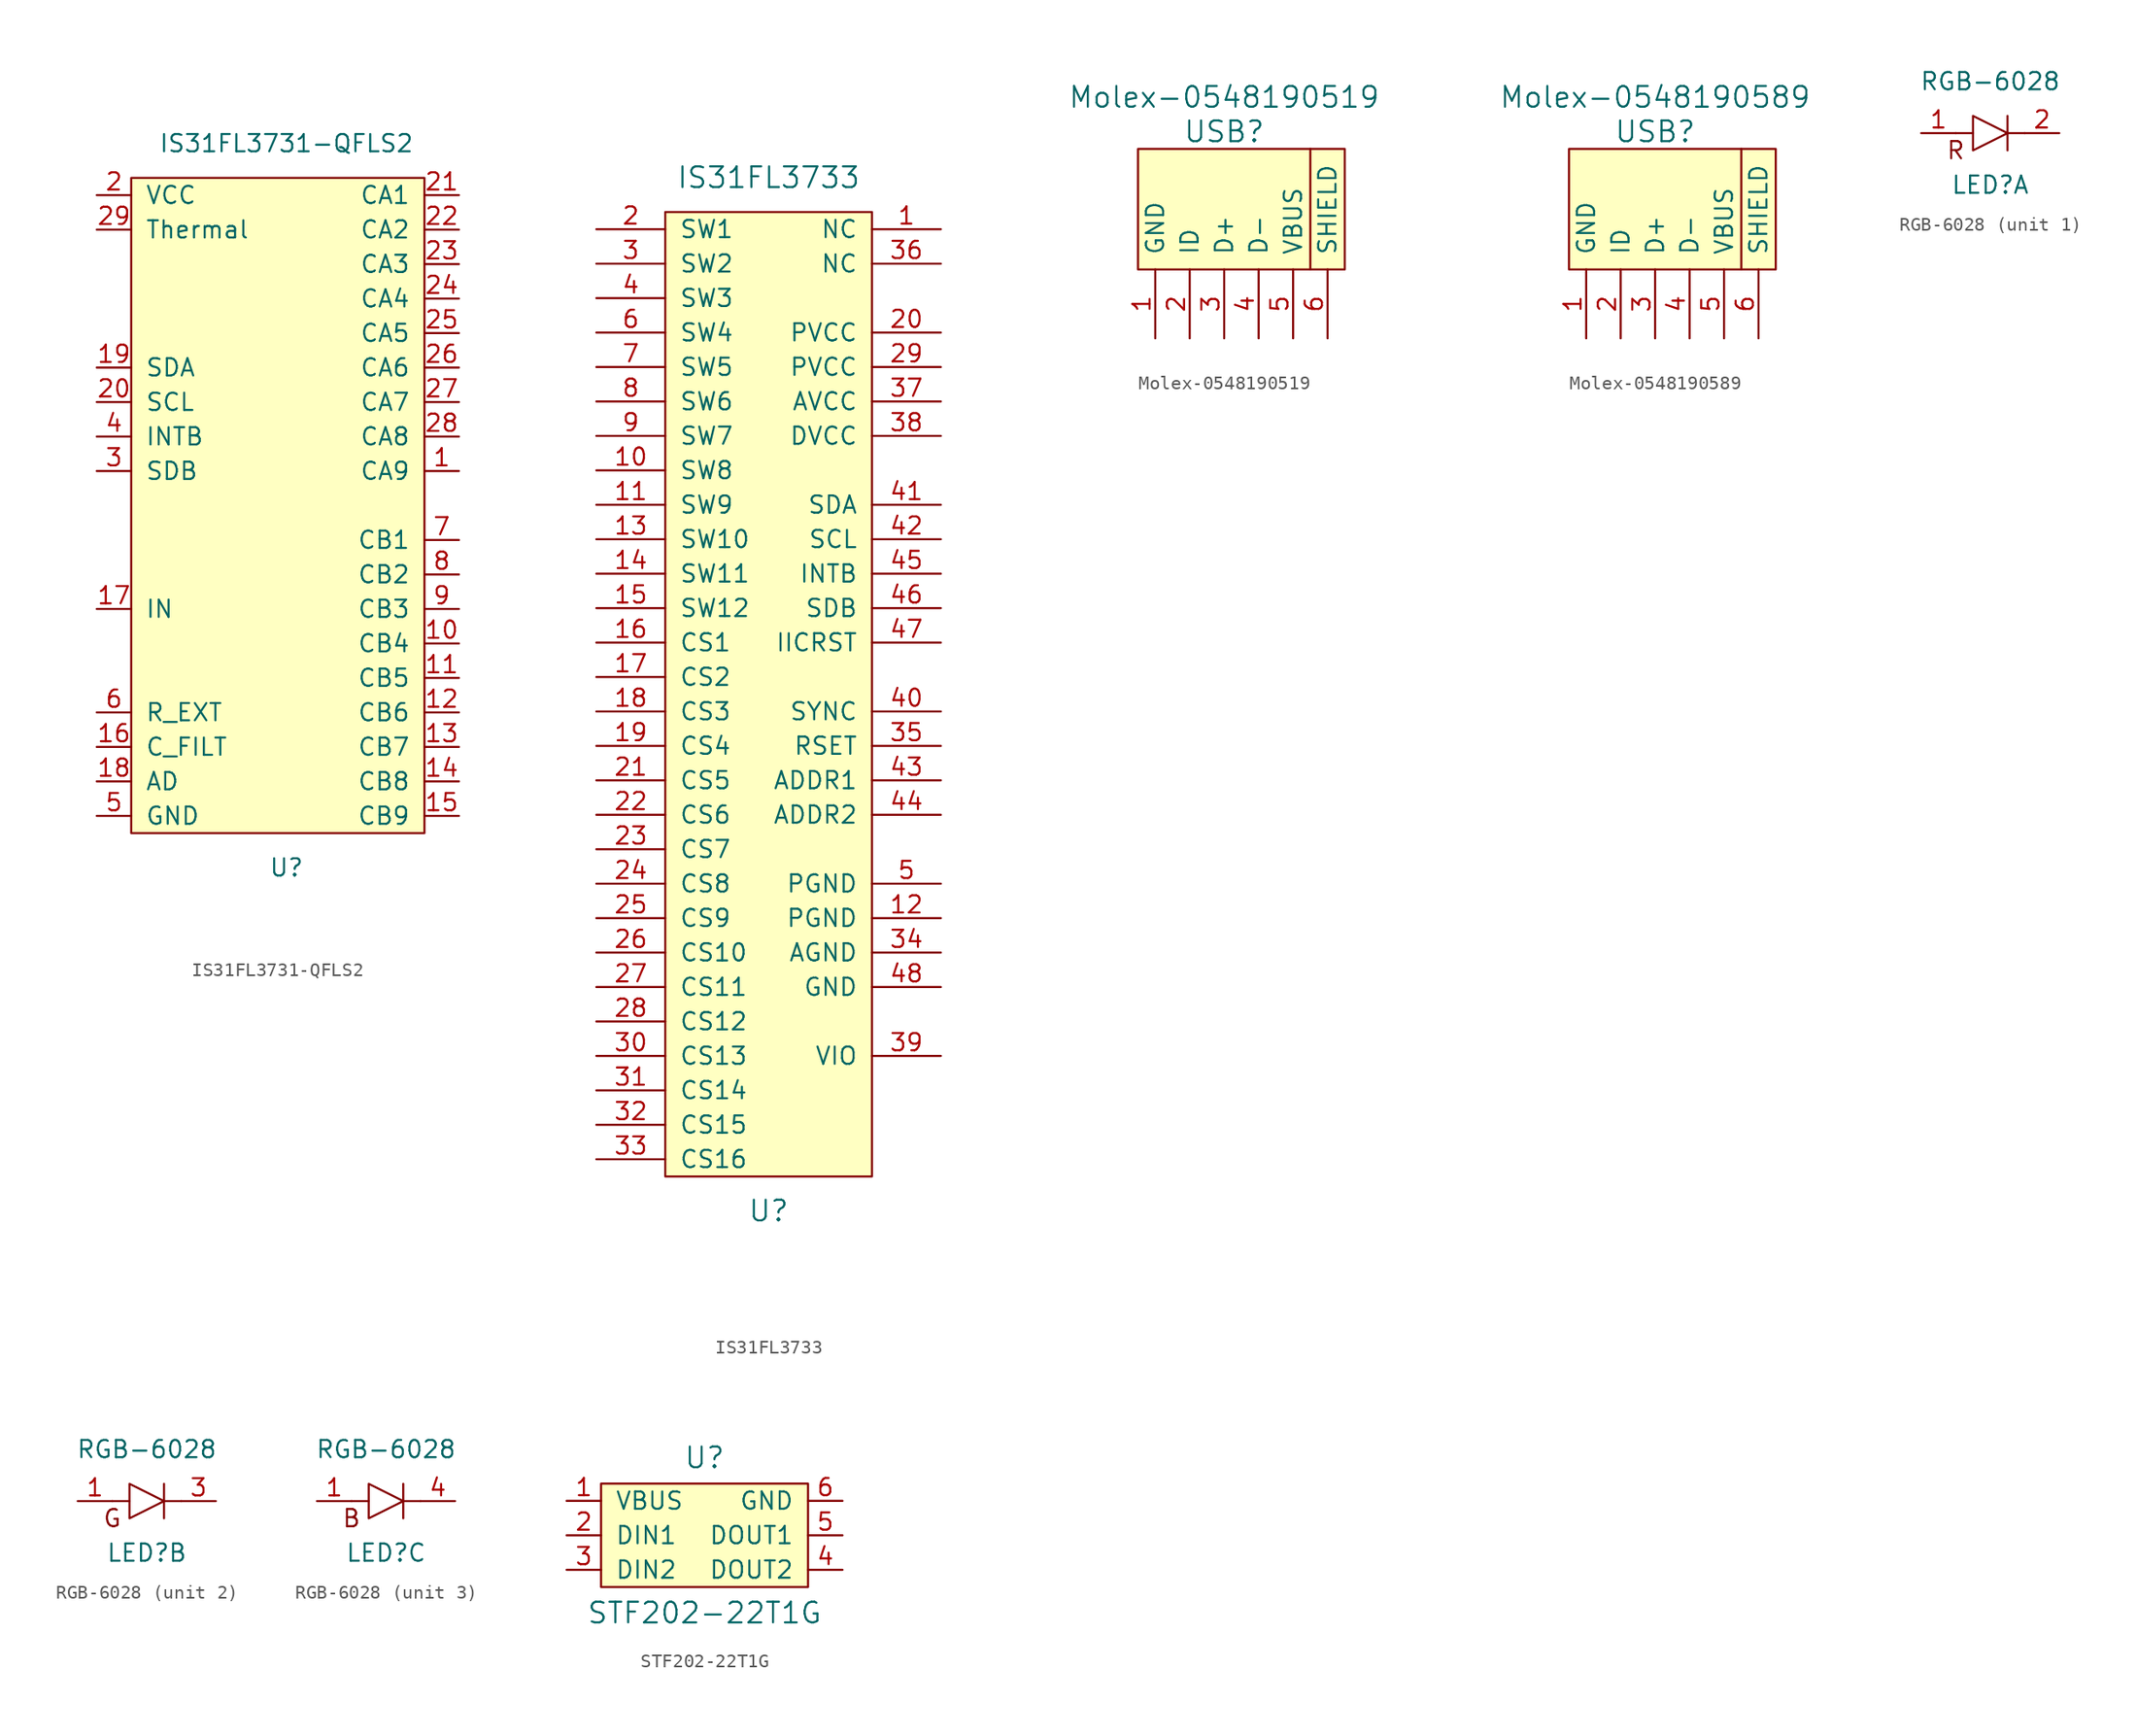
<source format=kicad_sym>
(kicad_symbol_lib
  (version 20231120)
  (generator "kicad_symbol_editor")
  (generator_version "8.0")
  (symbol "IS31FL3731-QFLS2"
    (pin_names
      (offset 1.016))
    (property "Reference" "U"
      (at 0 -26.67 0)
      (effects (font (size 1.27 1.27))))
    (property "Value" "IS31FL3731-QFLS2"
      (at 0 26.67 0)
      (effects (font (size 1.27 1.27))))
    (symbol "IS31FL3731-QFLS2_1_1"
      (rectangle (start 10.16 24.13) (end -11.43 -24.13) (stroke (width 0) (type solid)) (fill (type background)))
      (pin input line (at 12.7 2.54 180) (length 2.54) (name "CA9" (effects (font (size 1.27 1.27)))) (number "1" (effects (font (size 1.27 1.27)))))
      (pin input line (at 12.7 -10.16 180) (length 2.54) (name "CB4" (effects (font (size 1.27 1.27)))) (number "10" (effects (font (size 1.27 1.27)))))
      (pin input line (at 12.7 -12.7 180) (length 2.54) (name "CB5" (effects (font (size 1.27 1.27)))) (number "11" (effects (font (size 1.27 1.27)))))
      (pin input line (at 12.7 -15.24 180) (length 2.54) (name "CB6" (effects (font (size 1.27 1.27)))) (number "12" (effects (font (size 1.27 1.27)))))
      (pin input line (at 12.7 -17.78 180) (length 2.54) (name "CB7" (effects (font (size 1.27 1.27)))) (number "13" (effects (font (size 1.27 1.27)))))
      (pin input line (at 12.7 -20.32 180) (length 2.54) (name "CB8" (effects (font (size 1.27 1.27)))) (number "14" (effects (font (size 1.27 1.27)))))
      (pin input line (at 12.7 -22.86 180) (length 2.54) (name "CB9" (effects (font (size 1.27 1.27)))) (number "15" (effects (font (size 1.27 1.27)))))
      (pin input line (at -13.97 -17.78 0) (length 2.54) (name "C_FILT" (effects (font (size 1.27 1.27)))) (number "16" (effects (font (size 1.27 1.27)))))
      (pin input line (at -13.97 -7.62 0) (length 2.54) (name "IN" (effects (font (size 1.27 1.27)))) (number "17" (effects (font (size 1.27 1.27)))))
      (pin input line (at -13.97 -20.32 0) (length 2.54) (name "AD" (effects (font (size 1.27 1.27)))) (number "18" (effects (font (size 1.27 1.27)))))
      (pin input line (at -13.97 10.16 0) (length 2.54) (name "SDA" (effects (font (size 1.27 1.27)))) (number "19" (effects (font (size 1.27 1.27)))))
      (pin input line (at -13.97 22.86 0) (length 2.54) (name "VCC" (effects (font (size 1.27 1.27)))) (number "2" (effects (font (size 1.27 1.27)))))
      (pin input line (at -13.97 7.62 0) (length 2.54) (name "SCL" (effects (font (size 1.27 1.27)))) (number "20" (effects (font (size 1.27 1.27)))))
      (pin input line (at 12.7 22.86 180) (length 2.54) (name "CA1" (effects (font (size 1.27 1.27)))) (number "21" (effects (font (size 1.27 1.27)))))
      (pin input line (at 12.7 20.32 180) (length 2.54) (name "CA2" (effects (font (size 1.27 1.27)))) (number "22" (effects (font (size 1.27 1.27)))))
      (pin input line (at 12.7 17.78 180) (length 2.54) (name "CA3" (effects (font (size 1.27 1.27)))) (number "23" (effects (font (size 1.27 1.27)))))
      (pin input line (at 12.7 15.24 180) (length 2.54) (name "CA4" (effects (font (size 1.27 1.27)))) (number "24" (effects (font (size 1.27 1.27)))))
      (pin input line (at 12.7 12.7 180) (length 2.54) (name "CA5" (effects (font (size 1.27 1.27)))) (number "25" (effects (font (size 1.27 1.27)))))
      (pin input line (at 12.7 10.16 180) (length 2.54) (name "CA6" (effects (font (size 1.27 1.27)))) (number "26" (effects (font (size 1.27 1.27)))))
      (pin input line (at 12.7 7.62 180) (length 2.54) (name "CA7" (effects (font (size 1.27 1.27)))) (number "27" (effects (font (size 1.27 1.27)))))
      (pin input line (at 12.7 5.08 180) (length 2.54) (name "CA8" (effects (font (size 1.27 1.27)))) (number "28" (effects (font (size 1.27 1.27)))))
      (pin input line (at -13.97 20.32 0) (length 2.54) (name "Thermal" (effects (font (size 1.27 1.27)))) (number "29" (effects (font (size 1.27 1.27)))))
      (pin input line (at -13.97 2.54 0) (length 2.54) (name "SDB" (effects (font (size 1.27 1.27)))) (number "3" (effects (font (size 1.27 1.27)))))
      (pin input line (at -13.97 5.08 0) (length 2.54) (name "INTB" (effects (font (size 1.27 1.27)))) (number "4" (effects (font (size 1.27 1.27)))))
      (pin input line (at -13.97 -22.86 0) (length 2.54) (name "GND" (effects (font (size 1.27 1.27)))) (number "5" (effects (font (size 1.27 1.27)))))
      (pin input line (at -13.97 -15.24 0) (length 2.54) (name "R_EXT" (effects (font (size 1.27 1.27)))) (number "6" (effects (font (size 1.27 1.27)))))
      (pin input line (at 12.7 -2.54 180) (length 2.54) (name "CB1" (effects (font (size 1.27 1.27)))) (number "7" (effects (font (size 1.27 1.27)))))
      (pin input line (at 12.7 -5.08 180) (length 2.54) (name "CB2" (effects (font (size 1.27 1.27)))) (number "8" (effects (font (size 1.27 1.27)))))
      (pin input line (at 12.7 -7.62 180) (length 2.54) (name "CB3" (effects (font (size 1.27 1.27)))) (number "9" (effects (font (size 1.27 1.27)))))))
  (symbol "IS31FL3733"
    (pin_names
      (offset 1.016))
    (property "Reference" "U"
      (at 0 -41.91 0)
      (effects (font (size 1.524 1.524))))
    (property "Value" "IS31FL3733"
      (at 0 34.29 0)
      (effects (font (size 1.524 1.524))))
    (symbol "IS31FL3733_0_1"
      (rectangle (start -7.62 31.75) (end 7.62 -39.37) (stroke (width 0) (type solid)) (fill (type background))))
    (symbol "IS31FL3733_1_1"
      (pin input line (at 12.7 30.48 180) (length 5.08) (name "NC" (effects (font (size 1.27 1.27)))) (number "1" (effects (font (size 1.27 1.27)))))
      (pin input line (at -12.7 12.7 0) (length 5.08) (name "SW8" (effects (font (size 1.27 1.27)))) (number "10" (effects (font (size 1.27 1.27)))))
      (pin input line (at -12.7 10.16 0) (length 5.08) (name "SW9" (effects (font (size 1.27 1.27)))) (number "11" (effects (font (size 1.27 1.27)))))
      (pin input line (at 12.7 -20.32 180) (length 5.08) (name "PGND" (effects (font (size 1.27 1.27)))) (number "12" (effects (font (size 1.27 1.27)))))
      (pin input line (at -12.7 7.62 0) (length 5.08) (name "SW10" (effects (font (size 1.27 1.27)))) (number "13" (effects (font (size 1.27 1.27)))))
      (pin input line (at -12.7 5.08 0) (length 5.08) (name "SW11" (effects (font (size 1.27 1.27)))) (number "14" (effects (font (size 1.27 1.27)))))
      (pin input line (at -12.7 2.54 0) (length 5.08) (name "SW12" (effects (font (size 1.27 1.27)))) (number "15" (effects (font (size 1.27 1.27)))))
      (pin input line (at -12.7 0 0) (length 5.08) (name "CS1" (effects (font (size 1.27 1.27)))) (number "16" (effects (font (size 1.27 1.27)))))
      (pin input line (at -12.7 -2.54 0) (length 5.08) (name "CS2" (effects (font (size 1.27 1.27)))) (number "17" (effects (font (size 1.27 1.27)))))
      (pin input line (at -12.7 -5.08 0) (length 5.08) (name "CS3" (effects (font (size 1.27 1.27)))) (number "18" (effects (font (size 1.27 1.27)))))
      (pin input line (at -12.7 -7.62 0) (length 5.08) (name "CS4" (effects (font (size 1.27 1.27)))) (number "19" (effects (font (size 1.27 1.27)))))
      (pin input line (at -12.7 30.48 0) (length 5.08) (name "SW1" (effects (font (size 1.27 1.27)))) (number "2" (effects (font (size 1.27 1.27)))))
      (pin input line (at 12.7 22.86 180) (length 5.08) (name "PVCC" (effects (font (size 1.27 1.27)))) (number "20" (effects (font (size 1.27 1.27)))))
      (pin input line (at -12.7 -10.16 0) (length 5.08) (name "CS5" (effects (font (size 1.27 1.27)))) (number "21" (effects (font (size 1.27 1.27)))))
      (pin input line (at -12.7 -12.7 0) (length 5.08) (name "CS6" (effects (font (size 1.27 1.27)))) (number "22" (effects (font (size 1.27 1.27)))))
      (pin input line (at -12.7 -15.24 0) (length 5.08) (name "CS7" (effects (font (size 1.27 1.27)))) (number "23" (effects (font (size 1.27 1.27)))))
      (pin input line (at -12.7 -17.78 0) (length 5.08) (name "CS8" (effects (font (size 1.27 1.27)))) (number "24" (effects (font (size 1.27 1.27)))))
      (pin input line (at -12.7 -20.32 0) (length 5.08) (name "CS9" (effects (font (size 1.27 1.27)))) (number "25" (effects (font (size 1.27 1.27)))))
      (pin input line (at -12.7 -22.86 0) (length 5.08) (name "CS10" (effects (font (size 1.27 1.27)))) (number "26" (effects (font (size 1.27 1.27)))))
      (pin input line (at -12.7 -25.4 0) (length 5.08) (name "CS11" (effects (font (size 1.27 1.27)))) (number "27" (effects (font (size 1.27 1.27)))))
      (pin input line (at -12.7 -27.94 0) (length 5.08) (name "CS12" (effects (font (size 1.27 1.27)))) (number "28" (effects (font (size 1.27 1.27)))))
      (pin input line (at 12.7 20.32 180) (length 5.08) (name "PVCC" (effects (font (size 1.27 1.27)))) (number "29" (effects (font (size 1.27 1.27)))))
      (pin input line (at -12.7 27.94 0) (length 5.08) (name "SW2" (effects (font (size 1.27 1.27)))) (number "3" (effects (font (size 1.27 1.27)))))
      (pin input line (at -12.7 -30.48 0) (length 5.08) (name "CS13" (effects (font (size 1.27 1.27)))) (number "30" (effects (font (size 1.27 1.27)))))
      (pin input line (at -12.7 -33.02 0) (length 5.08) (name "CS14" (effects (font (size 1.27 1.27)))) (number "31" (effects (font (size 1.27 1.27)))))
      (pin input line (at -12.7 -35.56 0) (length 5.08) (name "CS15" (effects (font (size 1.27 1.27)))) (number "32" (effects (font (size 1.27 1.27)))))
      (pin input line (at -12.7 -38.1 0) (length 5.08) (name "CS16" (effects (font (size 1.27 1.27)))) (number "33" (effects (font (size 1.27 1.27)))))
      (pin input line (at 12.7 -22.86 180) (length 5.08) (name "AGND" (effects (font (size 1.27 1.27)))) (number "34" (effects (font (size 1.27 1.27)))))
      (pin input line (at 12.7 -7.62 180) (length 5.08) (name "RSET" (effects (font (size 1.27 1.27)))) (number "35" (effects (font (size 1.27 1.27)))))
      (pin input line (at 12.7 27.94 180) (length 5.08) (name "NC" (effects (font (size 1.27 1.27)))) (number "36" (effects (font (size 1.27 1.27)))))
      (pin input line (at 12.7 17.78 180) (length 5.08) (name "AVCC" (effects (font (size 1.27 1.27)))) (number "37" (effects (font (size 1.27 1.27)))))
      (pin input line (at 12.7 15.24 180) (length 5.08) (name "DVCC" (effects (font (size 1.27 1.27)))) (number "38" (effects (font (size 1.27 1.27)))))
      (pin input line (at 12.7 -30.48 180) (length 5.08) (name "VIO" (effects (font (size 1.27 1.27)))) (number "39" (effects (font (size 1.27 1.27)))))
      (pin input line (at -12.7 25.4 0) (length 5.08) (name "SW3" (effects (font (size 1.27 1.27)))) (number "4" (effects (font (size 1.27 1.27)))))
      (pin input line (at 12.7 -5.08 180) (length 5.08) (name "SYNC" (effects (font (size 1.27 1.27)))) (number "40" (effects (font (size 1.27 1.27)))))
      (pin input line (at 12.7 10.16 180) (length 5.08) (name "SDA" (effects (font (size 1.27 1.27)))) (number "41" (effects (font (size 1.27 1.27)))))
      (pin input line (at 12.7 7.62 180) (length 5.08) (name "SCL" (effects (font (size 1.27 1.27)))) (number "42" (effects (font (size 1.27 1.27)))))
      (pin input line (at 12.7 -10.16 180) (length 5.08) (name "ADDR1" (effects (font (size 1.27 1.27)))) (number "43" (effects (font (size 1.27 1.27)))))
      (pin input line (at 12.7 -12.7 180) (length 5.08) (name "ADDR2" (effects (font (size 1.27 1.27)))) (number "44" (effects (font (size 1.27 1.27)))))
      (pin input line (at 12.7 5.08 180) (length 5.08) (name "INTB" (effects (font (size 1.27 1.27)))) (number "45" (effects (font (size 1.27 1.27)))))
      (pin input line (at 12.7 2.54 180) (length 5.08) (name "SDB" (effects (font (size 1.27 1.27)))) (number "46" (effects (font (size 1.27 1.27)))))
      (pin input line (at 12.7 0 180) (length 5.08) (name "IICRST" (effects (font (size 1.27 1.27)))) (number "47" (effects (font (size 1.27 1.27)))))
      (pin input line (at 12.7 -25.4 180) (length 5.08) (name "GND" (effects (font (size 1.27 1.27)))) (number "48" (effects (font (size 1.27 1.27)))))
      (pin input line (at 12.7 -17.78 180) (length 5.08) (name "PGND" (effects (font (size 1.27 1.27)))) (number "5" (effects (font (size 1.27 1.27)))))
      (pin input line (at -12.7 22.86 0) (length 5.08) (name "SW4" (effects (font (size 1.27 1.27)))) (number "6" (effects (font (size 1.27 1.27)))))
      (pin input line (at -12.7 20.32 0) (length 5.08) (name "SW5" (effects (font (size 1.27 1.27)))) (number "7" (effects (font (size 1.27 1.27)))))
      (pin input line (at -12.7 17.78 0) (length 5.08) (name "SW6" (effects (font (size 1.27 1.27)))) (number "8" (effects (font (size 1.27 1.27)))))
      (pin input line (at -12.7 15.24 0) (length 5.08) (name "SW7" (effects (font (size 1.27 1.27)))) (number "9" (effects (font (size 1.27 1.27)))))))
  (symbol "Molex-0548190519"
    (pin_names
      (offset 1.016))
    (property "Reference" "USB"
      (at 0 7.62 0)
      (effects (font (size 1.524 1.524))))
    (property "Value" "Molex-0548190519"
      (at 0 10.16 0)
      (effects (font (size 1.524 1.524))))
    (symbol "Molex-0548190519_0_0"
      (polyline (pts (xy 6.35 -2.54) (xy 6.35 6.35)) (stroke (width 0) (type solid)) (fill (type none)))
      (rectangle (start 8.89 -2.54) (end -6.35 6.35) (stroke (width 0) (type solid)) (fill (type background))))
    (symbol "Molex-0548190519_1_1"
      (pin input line (at -5.08 -7.62 90) (length 5.08) (name "GND" (effects (font (size 1.27 1.27)))) (number "1" (effects (font (size 1.27 1.27)))))
      (pin input line (at -2.54 -7.62 90) (length 5.08) (name "ID" (effects (font (size 1.27 1.27)))) (number "2" (effects (font (size 1.27 1.27)))))
      (pin input line (at 0 -7.62 90) (length 5.08) (name "D+" (effects (font (size 1.27 1.27)))) (number "3" (effects (font (size 1.27 1.27)))))
      (pin input line (at 2.54 -7.62 90) (length 5.08) (name "D-" (effects (font (size 1.27 1.27)))) (number "4" (effects (font (size 1.27 1.27)))))
      (pin input line (at 5.08 -7.62 90) (length 5.08) (name "VBUS" (effects (font (size 1.27 1.27)))) (number "5" (effects (font (size 1.27 1.27)))))
      (pin input line (at 7.62 -7.62 90) (length 5.08) (name "SHIELD" (effects (font (size 1.27 1.27)))) (number "6" (effects (font (size 1.27 1.27)))))))
  (symbol "Molex-0548190589"
    (pin_names
      (offset 1.016))
    (property "Reference" "USB"
      (at 0 7.62 0)
      (effects (font (size 1.524 1.524))))
    (property "Value" "Molex-0548190589"
      (at 0 10.16 0)
      (effects (font (size 1.524 1.524))))
    (symbol "Molex-0548190589_0_0"
      (polyline (pts (xy 6.35 -2.54) (xy 6.35 6.35)) (stroke (width 0) (type solid)) (fill (type none)))
      (rectangle (start 8.89 -2.54) (end -6.35 6.35) (stroke (width 0) (type solid)) (fill (type background))))
    (symbol "Molex-0548190589_1_1"
      (pin input line (at -5.08 -7.62 90) (length 5.08) (name "GND" (effects (font (size 1.27 1.27)))) (number "1" (effects (font (size 1.27 1.27)))))
      (pin input line (at -2.54 -7.62 90) (length 5.08) (name "ID" (effects (font (size 1.27 1.27)))) (number "2" (effects (font (size 1.27 1.27)))))
      (pin input line (at 0 -7.62 90) (length 5.08) (name "D+" (effects (font (size 1.27 1.27)))) (number "3" (effects (font (size 1.27 1.27)))))
      (pin input line (at 2.54 -7.62 90) (length 5.08) (name "D-" (effects (font (size 1.27 1.27)))) (number "4" (effects (font (size 1.27 1.27)))))
      (pin input line (at 5.08 -7.62 90) (length 5.08) (name "VBUS" (effects (font (size 1.27 1.27)))) (number "5" (effects (font (size 1.27 1.27)))))
      (pin input line (at 7.62 -7.62 90) (length 5.08) (name "SHIELD" (effects (font (size 1.27 1.27)))) (number "6" (effects (font (size 1.27 1.27)))))))
  (symbol "RGB-6028"
    (pin_names
      (offset 1.016))
    (property "Reference" "LED"
      (at 0 -3.81 0)
      (effects (font (size 1.27 1.27))))
    (property "Value" "RGB-6028"
      (at 0 3.81 0)
      (effects (font (size 1.27 1.27))))
    (symbol "RGB-6028_0_1"
      (polyline (pts (xy -1.27 0) (xy -2.54 0)) (stroke (width 0) (type solid)) (fill (type none)))
      (polyline (pts (xy 1.27 0) (xy 2.54 0)) (stroke (width 0) (type solid)) (fill (type none)))
      (polyline (pts (xy 1.27 1.27) (xy 1.27 -1.27)) (stroke (width 0) (type solid)) (fill (type none)))
      (polyline (pts (xy -1.27 1.27) (xy 1.27 0) (xy -1.27 -1.27) (xy -1.27 1.27)) (stroke (width 0) (type solid)) (fill (type none)))
      (pin input line (at -5.08 0 0) (length 2.54) (name "A" (effects (font (size 0 0)))) (number "1" (effects (font (size 1.27 1.27))))))
    (symbol "RGB-6028_1_0"
      (text "R" (at -2.54 -1.27 0) (effects (font (size 1.27 1.27)))))
    (symbol "RGB-6028_1_1"
      (pin input line (at 5.08 0 180) (length 2.54) (name "C" (effects (font (size 0 0)))) (number "2" (effects (font (size 1.27 1.27))))))
    (symbol "RGB-6028_2_0"
      (text "G" (at -2.54 -1.27 0) (effects (font (size 1.27 1.27)))))
    (symbol "RGB-6028_2_1"
      (pin input line (at 5.08 0 180) (length 2.54) (name "C" (effects (font (size 0 0)))) (number "3" (effects (font (size 1.27 1.27))))))
    (symbol "RGB-6028_3_0"
      (text "B" (at -2.54 -1.27 0) (effects (font (size 1.27 1.27)))))
    (symbol "RGB-6028_3_1"
      (pin input line (at 5.08 0 180) (length 2.54) (name "C" (effects (font (size 0 0)))) (number "4" (effects (font (size 1.27 1.27)))))))
  (symbol "STF202-22T1G"
    (pin_names
      (offset 1.016))
    (property "Reference" "U"
      (at 0 5.715 0)
      (effects (font (size 1.524 1.524))))
    (property "Value" "STF202-22T1G"
      (at 0 -5.715 0)
      (effects (font (size 1.524 1.524))))
    (symbol "STF202-22T1G_0_1"
      (rectangle (start -7.62 3.81) (end 7.62 -3.81) (stroke (width 0) (type solid)) (fill (type background))))
    (symbol "STF202-22T1G_1_1"
      (pin input line (at -10.16 2.54 0) (length 2.54) (name "VBUS" (effects (font (size 1.27 1.27)))) (number "1" (effects (font (size 1.27 1.27)))))
      (pin input line (at -10.16 0 0) (length 2.54) (name "DIN1" (effects (font (size 1.27 1.27)))) (number "2" (effects (font (size 1.27 1.27)))))
      (pin input line (at -10.16 -2.54 0) (length 2.54) (name "DIN2" (effects (font (size 1.27 1.27)))) (number "3" (effects (font (size 1.27 1.27)))))
      (pin input line (at 10.16 -2.54 180) (length 2.54) (name "DOUT2" (effects (font (size 1.27 1.27)))) (number "4" (effects (font (size 1.27 1.27)))))
      (pin input line (at 10.16 0 180) (length 2.54) (name "DOUT1" (effects (font (size 1.27 1.27)))) (number "5" (effects (font (size 1.27 1.27)))))
      (pin input line (at 10.16 2.54 180) (length 2.54) (name "GND" (effects (font (size 1.27 1.27)))) (number "6" (effects (font (size 1.27 1.27))))))))
</source>
